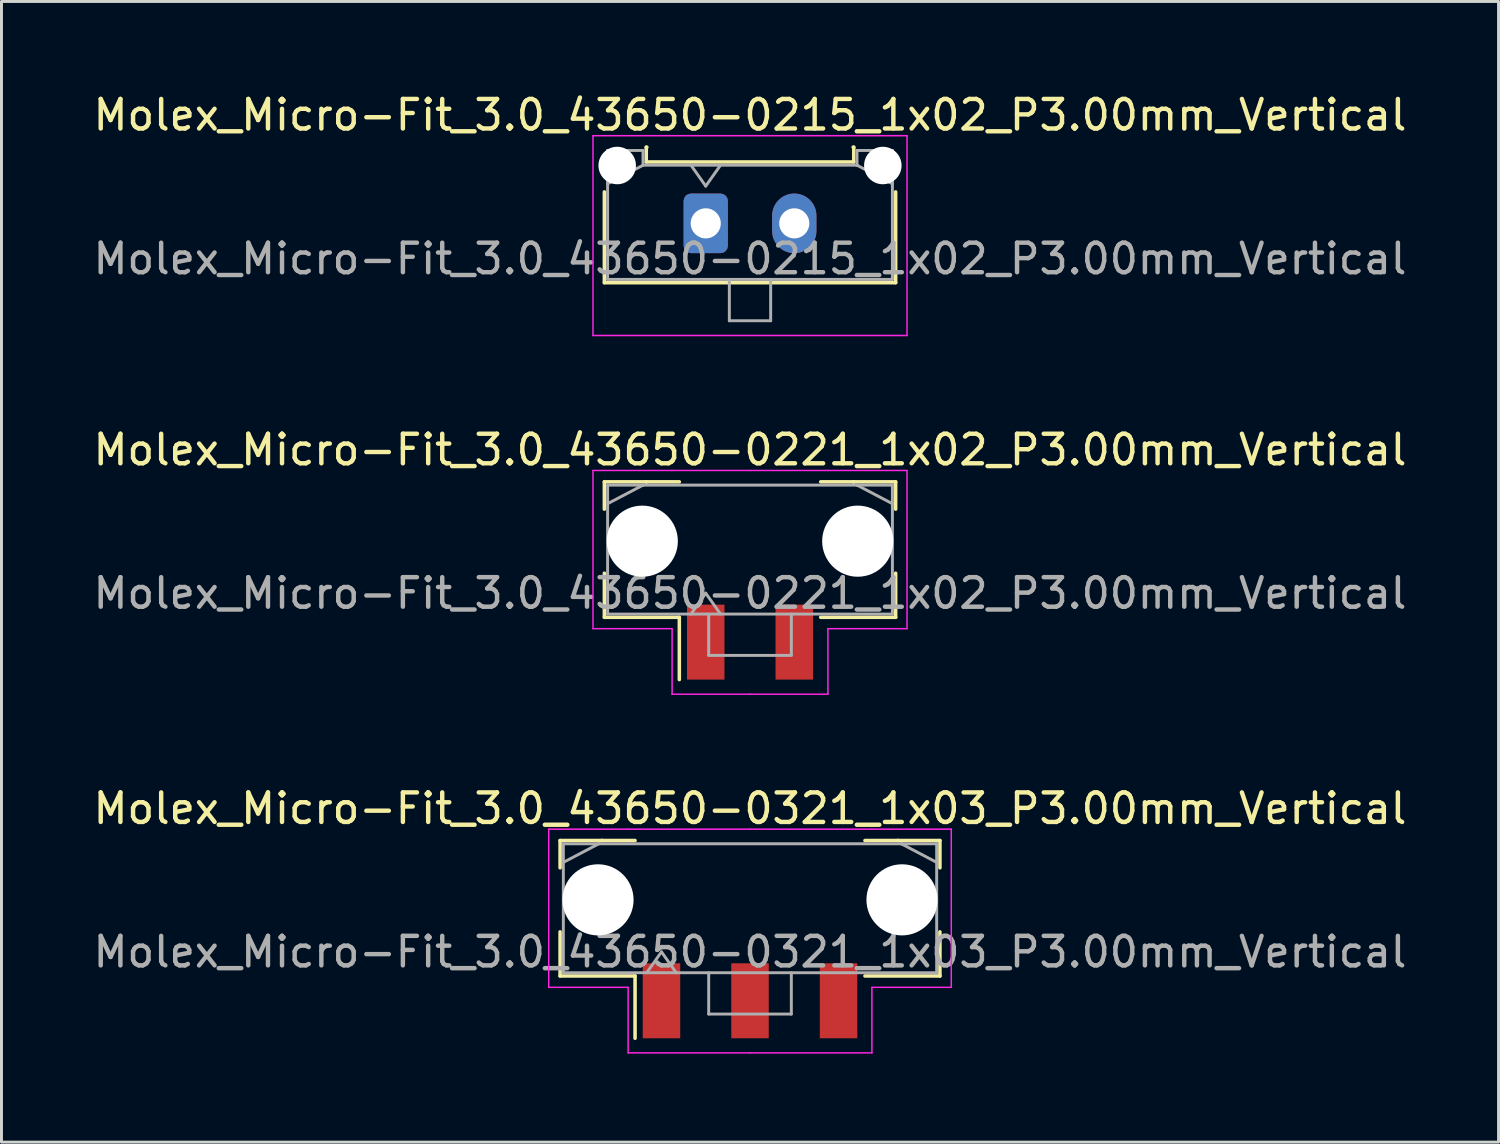
<source format=kicad_pcb>
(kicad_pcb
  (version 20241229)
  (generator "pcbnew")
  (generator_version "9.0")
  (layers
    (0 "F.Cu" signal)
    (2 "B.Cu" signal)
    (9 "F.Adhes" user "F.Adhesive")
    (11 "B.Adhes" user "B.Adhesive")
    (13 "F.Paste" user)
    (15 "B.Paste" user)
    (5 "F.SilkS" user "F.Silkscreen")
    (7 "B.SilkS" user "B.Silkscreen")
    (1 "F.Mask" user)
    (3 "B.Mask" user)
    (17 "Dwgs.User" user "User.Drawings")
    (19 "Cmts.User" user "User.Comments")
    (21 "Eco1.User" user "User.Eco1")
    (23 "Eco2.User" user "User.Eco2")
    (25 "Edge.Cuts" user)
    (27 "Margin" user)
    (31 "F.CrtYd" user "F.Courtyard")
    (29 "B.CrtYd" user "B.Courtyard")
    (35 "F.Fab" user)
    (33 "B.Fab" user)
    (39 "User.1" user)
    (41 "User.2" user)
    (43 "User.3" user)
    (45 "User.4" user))
  (footprint "Molex_Micro-Fit_3.0_43650-0221_1x02_P3.00mm_Vertical"
    (layer "F.Cu")
    (at 22.363 15.572)
    (property "Reference" "Molex_Micro-Fit_3.0_43650-0221_1x02_P3.00mm_Vertical" (at 0 -3.38 0) (layer "F.SilkS") (effects (font (size 1 1) (thickness 0.15))))
    (attr smd)
    (fp_line (start -4.935 -2.295) (end -3.515 -2.295) (stroke (width 0.12) (type solid)) (layer "F.SilkS"))
    (fp_line (start -4.935 -1.37) (end -4.935 -2.295) (stroke (width 0.12) (type solid)) (layer "F.SilkS"))
    (fp_line (start -4.935 0.8) (end -4.935 2.295) (stroke (width 0.12) (type solid)) (layer "F.SilkS"))
    (fp_line (start -4.935 2.295) (end -2.395 2.295) (stroke (width 0.12) (type solid)) (layer "F.SilkS"))
    (fp_line (start -3.515 -2.295) (end -3.515 -2.295) (stroke (width 0.12) (type solid)) (layer "F.SilkS"))
    (fp_line (start -3.515 -2.295) (end -2.395 -2.295) (stroke (width 0.12) (type solid)) (layer "F.SilkS"))
    (fp_line (start -2.395 2.295) (end -2.395 4.405) (stroke (width 0.12) (type solid)) (layer "F.SilkS"))
    (fp_line (start 3.515 -2.295) (end 2.395 -2.295) (stroke (width 0.12) (type solid)) (layer "F.SilkS"))
    (fp_line (start 3.515 -2.295) (end 3.515 -2.295) (stroke (width 0.12) (type solid)) (layer "F.SilkS"))
    (fp_line (start 4.935 -2.295) (end 3.515 -2.295) (stroke (width 0.12) (type solid)) (layer "F.SilkS"))
    (fp_line (start 4.935 -1.37) (end 4.935 -2.295) (stroke (width 0.12) (type solid)) (layer "F.SilkS"))
    (fp_line (start 4.935 0.8) (end 4.935 2.295) (stroke (width 0.12) (type solid)) (layer "F.SilkS"))
    (fp_line (start 4.935 2.295) (end 2.395 2.295) (stroke (width 0.12) (type solid)) (layer "F.SilkS"))
    (fp_line (start -5.32 -2.68) (end -5.32 2.68) (stroke (width 0.05) (type solid)) (layer "F.CrtYd"))
    (fp_line (start -5.32 2.68) (end -2.64 2.68) (stroke (width 0.05) (type solid)) (layer "F.CrtYd"))
    (fp_line (start -2.64 -2.68) (end -5.32 -2.68) (stroke (width 0.05) (type solid)) (layer "F.CrtYd"))
    (fp_line (start -2.64 2.68) (end -2.64 4.9) (stroke (width 0.05) (type solid)) (layer "F.CrtYd"))
    (fp_line (start -2.64 4.9) (end 0 4.9) (stroke (width 0.05) (type solid)) (layer "F.CrtYd"))
    (fp_line (start 0 -2.68) (end -2.64 -2.68) (stroke (width 0.05) (type solid)) (layer "F.CrtYd"))
    (fp_line (start 0 -2.68) (end 2.64 -2.68) (stroke (width 0.05) (type solid)) (layer "F.CrtYd"))
    (fp_line (start 2.64 -2.68) (end 5.32 -2.68) (stroke (width 0.05) (type solid)) (layer "F.CrtYd"))
    (fp_line (start 2.64 2.68) (end 2.64 4.9) (stroke (width 0.05) (type solid)) (layer "F.CrtYd"))
    (fp_line (start 2.64 4.9) (end 0 4.9) (stroke (width 0.05) (type solid)) (layer "F.CrtYd"))
    (fp_line (start 5.32 -2.68) (end 5.32 2.68) (stroke (width 0.05) (type solid)) (layer "F.CrtYd"))
    (fp_line (start 5.32 2.68) (end 2.64 2.68) (stroke (width 0.05) (type solid)) (layer "F.CrtYd"))
    (fp_line (start -4.825 -2.185) (end -4.825 2.185) (stroke (width 0.1) (type solid)) (layer "F.Fab"))
    (fp_line (start -4.825 -1.555) (end -3.625 -2.185) (stroke (width 0.1) (type solid)) (layer "F.Fab"))
    (fp_line (start -4.825 2.185) (end 4.825 2.185) (stroke (width 0.1) (type solid)) (layer "F.Fab"))
    (fp_line (start -3.625 -2.185) (end -4.825 -2.185) (stroke (width 0.1) (type solid)) (layer "F.Fab"))
    (fp_line (start -3.625 -2.185) (end -3.625 -2.185) (stroke (width 0.1) (type solid)) (layer "F.Fab"))
    (fp_line (start -2 2.185) (end -1.5 1.478) (stroke (width 0.1) (type solid)) (layer "F.Fab"))
    (fp_line (start -1.5 1.478) (end -1 2.185) (stroke (width 0.1) (type solid)) (layer "F.Fab"))
    (fp_line (start -1.4 2.185) (end -1.4 3.585) (stroke (width 0.1) (type solid)) (layer "F.Fab"))
    (fp_line (start -1.4 3.585) (end 1.4 3.585) (stroke (width 0.1) (type solid)) (layer "F.Fab"))
    (fp_line (start 1.4 3.585) (end 1.4 2.185) (stroke (width 0.1) (type solid)) (layer "F.Fab"))
    (fp_line (start 3.625 -2.185) (end -3.625 -2.185) (stroke (width 0.1) (type solid)) (layer "F.Fab"))
    (fp_line (start 3.625 -2.185) (end 3.625 -2.185) (stroke (width 0.1) (type solid)) (layer "F.Fab"))
    (fp_line (start 4.825 -2.185) (end 3.625 -2.185) (stroke (width 0.1) (type solid)) (layer "F.Fab"))
    (fp_line (start 4.825 -1.555) (end 3.625 -2.185) (stroke (width 0.1) (type solid)) (layer "F.Fab"))
    (fp_line (start 4.825 2.185) (end 4.825 -2.185) (stroke (width 0.1) (type solid)) (layer "F.Fab"))
    (fp_text user "${REFERENCE}" (at 0 1.48 0) (layer "F.Fab") (effects (font (size 1 1) (thickness 0.15))))
    (pad "" np_thru_hole circle (at -3.65 -0.285) (size 2.41 2.41) (drill 2.41) (layers "*.Cu" "*.Mask"))
    (pad "" np_thru_hole circle (at 3.65 -0.285) (size 2.41 2.41) (drill 2.41) (layers "*.Cu" "*.Mask"))
    (pad "1" smd rect (at -1.5 3.135) (size 1.27 2.54) (layers "F.Cu" "F.Mask" "F.Paste"))
    (pad "2" smd rect (at 1.5 3.135) (size 1.27 2.54) (layers "F.Cu" "F.Mask" "F.Paste")))
  (footprint "Molex_Micro-Fit_3.0_43650-0321_1x03_P3.00mm_Vertical"
    (layer "F.Cu")
    (at 22.363 27.725)
    (property "Reference" "Molex_Micro-Fit_3.0_43650-0321_1x03_P3.00mm_Vertical" (at 0 -3.38 0) (layer "F.SilkS") (effects (font (size 1 1) (thickness 0.15))))
    (attr smd)
    (fp_line (start -6.435 -2.295) (end -5.015 -2.295) (stroke (width 0.12) (type solid)) (layer "F.SilkS"))
    (fp_line (start -6.435 -1.37) (end -6.435 -2.295) (stroke (width 0.12) (type solid)) (layer "F.SilkS"))
    (fp_line (start -6.435 0.8) (end -6.435 2.295) (stroke (width 0.12) (type solid)) (layer "F.SilkS"))
    (fp_line (start -6.435 2.295) (end -3.895 2.295) (stroke (width 0.12) (type solid)) (layer "F.SilkS"))
    (fp_line (start -5.015 -2.295) (end -5.015 -2.295) (stroke (width 0.12) (type solid)) (layer "F.SilkS"))
    (fp_line (start -5.015 -2.295) (end -3.895 -2.295) (stroke (width 0.12) (type solid)) (layer "F.SilkS"))
    (fp_line (start -3.895 2.295) (end -3.895 4.405) (stroke (width 0.12) (type solid)) (layer "F.SilkS"))
    (fp_line (start 5.015 -2.295) (end 3.895 -2.295) (stroke (width 0.12) (type solid)) (layer "F.SilkS"))
    (fp_line (start 5.015 -2.295) (end 5.015 -2.295) (stroke (width 0.12) (type solid)) (layer "F.SilkS"))
    (fp_line (start 6.435 -2.295) (end 5.015 -2.295) (stroke (width 0.12) (type solid)) (layer "F.SilkS"))
    (fp_line (start 6.435 -1.37) (end 6.435 -2.295) (stroke (width 0.12) (type solid)) (layer "F.SilkS"))
    (fp_line (start 6.435 0.8) (end 6.435 2.295) (stroke (width 0.12) (type solid)) (layer "F.SilkS"))
    (fp_line (start 6.435 2.295) (end 3.895 2.295) (stroke (width 0.12) (type solid)) (layer "F.SilkS"))
    (fp_line (start -6.82 -2.68) (end -6.82 2.68) (stroke (width 0.05) (type solid)) (layer "F.CrtYd"))
    (fp_line (start -6.82 2.68) (end -4.13 2.68) (stroke (width 0.05) (type solid)) (layer "F.CrtYd"))
    (fp_line (start -4.13 -2.68) (end -6.82 -2.68) (stroke (width 0.05) (type solid)) (layer "F.CrtYd"))
    (fp_line (start -4.13 2.68) (end -4.13 4.9) (stroke (width 0.05) (type solid)) (layer "F.CrtYd"))
    (fp_line (start -4.13 4.9) (end 0 4.9) (stroke (width 0.05) (type solid)) (layer "F.CrtYd"))
    (fp_line (start 0 -2.68) (end -4.13 -2.68) (stroke (width 0.05) (type solid)) (layer "F.CrtYd"))
    (fp_line (start 0 -2.68) (end 4.13 -2.68) (stroke (width 0.05) (type solid)) (layer "F.CrtYd"))
    (fp_line (start 4.13 -2.68) (end 6.82 -2.68) (stroke (width 0.05) (type solid)) (layer "F.CrtYd"))
    (fp_line (start 4.13 2.68) (end 4.13 4.9) (stroke (width 0.05) (type solid)) (layer "F.CrtYd"))
    (fp_line (start 4.13 4.9) (end 0 4.9) (stroke (width 0.05) (type solid)) (layer "F.CrtYd"))
    (fp_line (start 6.82 -2.68) (end 6.82 2.68) (stroke (width 0.05) (type solid)) (layer "F.CrtYd"))
    (fp_line (start 6.82 2.68) (end 4.13 2.68) (stroke (width 0.05) (type solid)) (layer "F.CrtYd"))
    (fp_line (start -6.325 -2.185) (end -6.325 2.185) (stroke (width 0.1) (type solid)) (layer "F.Fab"))
    (fp_line (start -6.325 -1.555) (end -5.125 -2.185) (stroke (width 0.1) (type solid)) (layer "F.Fab"))
    (fp_line (start -6.325 2.185) (end 6.325 2.185) (stroke (width 0.1) (type solid)) (layer "F.Fab"))
    (fp_line (start -5.125 -2.185) (end -6.325 -2.185) (stroke (width 0.1) (type solid)) (layer "F.Fab"))
    (fp_line (start -5.125 -2.185) (end -5.125 -2.185) (stroke (width 0.1) (type solid)) (layer "F.Fab"))
    (fp_line (start -3.5 2.185) (end -3 1.478) (stroke (width 0.1) (type solid)) (layer "F.Fab"))
    (fp_line (start -3 1.478) (end -2.5 2.185) (stroke (width 0.1) (type solid)) (layer "F.Fab"))
    (fp_line (start -1.4 2.185) (end -1.4 3.585) (stroke (width 0.1) (type solid)) (layer "F.Fab"))
    (fp_line (start -1.4 3.585) (end 1.4 3.585) (stroke (width 0.1) (type solid)) (layer "F.Fab"))
    (fp_line (start 1.4 3.585) (end 1.4 2.185) (stroke (width 0.1) (type solid)) (layer "F.Fab"))
    (fp_line (start 5.125 -2.185) (end -5.125 -2.185) (stroke (width 0.1) (type solid)) (layer "F.Fab"))
    (fp_line (start 5.125 -2.185) (end 5.125 -2.185) (stroke (width 0.1) (type solid)) (layer "F.Fab"))
    (fp_line (start 6.325 -2.185) (end 5.125 -2.185) (stroke (width 0.1) (type solid)) (layer "F.Fab"))
    (fp_line (start 6.325 -1.555) (end 5.125 -2.185) (stroke (width 0.1) (type solid)) (layer "F.Fab"))
    (fp_line (start 6.325 2.185) (end 6.325 -2.185) (stroke (width 0.1) (type solid)) (layer "F.Fab"))
    (fp_text user "${REFERENCE}" (at 0 1.48 0) (layer "F.Fab") (effects (font (size 1 1) (thickness 0.15))))
    (pad "" np_thru_hole circle (at -5.15 -0.285) (size 2.41 2.41) (drill 2.41) (layers "*.Cu" "*.Mask"))
    (pad "" np_thru_hole circle (at 5.15 -0.285) (size 2.41 2.41) (drill 2.41) (layers "*.Cu" "*.Mask"))
    (pad "1" smd rect (at -3 3.135) (size 1.27 2.54) (layers "F.Cu" "F.Mask" "F.Paste"))
    (pad "2" smd rect (at 0 3.135) (size 1.27 2.54) (layers "F.Cu" "F.Mask" "F.Paste"))
    (pad "3" smd rect (at 3 3.135) (size 1.27 2.54) (layers "F.Cu" "F.Mask" "F.Paste")))
  (footprint "Molex_Micro-Fit_3.0_43650-0215_1x02_P3.00mm_Vertical"
    (layer "F.Cu")
    (at 20.863 4.518)
    (property "Reference" "Molex_Micro-Fit_3.0_43650-0215_1x02_P3.00mm_Vertical" (at 1.5 -3.67 0) (layer "F.SilkS") (effects (font (size 1 1) (thickness 0.15))))
    (attr through_hole)
    (fp_line (start -3.435 -1.065) (end -3.435 2.01) (stroke (width 0.12) (type solid)) (layer "F.SilkS"))
    (fp_line (start -3.435 2.01) (end 6.435 2.01) (stroke (width 0.12) (type solid)) (layer "F.SilkS"))
    (fp_line (start -2.015 -2.58) (end -2.015 -2.08) (stroke (width 0.12) (type solid)) (layer "F.SilkS"))
    (fp_line (start -2.015 -2.08) (end 5.015 -2.08) (stroke (width 0.12) (type solid)) (layer "F.SilkS"))
    (fp_line (start -1.995 -2.58) (end -2.015 -2.58) (stroke (width 0.12) (type solid)) (layer "F.SilkS"))
    (fp_line (start 5.015 -2.58) (end 4.995 -2.58) (stroke (width 0.12) (type solid)) (layer "F.SilkS"))
    (fp_line (start 5.015 -2.08) (end 5.015 -2.58) (stroke (width 0.12) (type solid)) (layer "F.SilkS"))
    (fp_line (start 6.435 2.01) (end 6.435 -1.065) (stroke (width 0.12) (type solid)) (layer "F.SilkS"))
    (fp_line (start -3.82 -2.97) (end 6.82 -2.97) (stroke (width 0.05) (type solid)) (layer "F.CrtYd"))
    (fp_line (start -3.82 3.8) (end -3.82 -2.97) (stroke (width 0.05) (type solid)) (layer "F.CrtYd"))
    (fp_line (start 6.82 -2.97) (end 6.82 3.8) (stroke (width 0.05) (type solid)) (layer "F.CrtYd"))
    (fp_line (start 6.82 3.8) (end -3.82 3.8) (stroke (width 0.05) (type solid)) (layer "F.CrtYd"))
    (fp_line (start -3.325 -2.47) (end -3.325 1.9) (stroke (width 0.1) (type solid)) (layer "F.Fab"))
    (fp_line (start -3.325 -1.34) (end -2.125 -1.97) (stroke (width 0.1) (type solid)) (layer "F.Fab"))
    (fp_line (start -3.325 1.9) (end 6.325 1.9) (stroke (width 0.1) (type solid)) (layer "F.Fab"))
    (fp_line (start -2.125 -2.47) (end -3.325 -2.47) (stroke (width 0.1) (type solid)) (layer "F.Fab"))
    (fp_line (start -2.125 -1.97) (end -2.125 -2.47) (stroke (width 0.1) (type solid)) (layer "F.Fab"))
    (fp_line (start -0.5 -1.97) (end 0 -1.263) (stroke (width 0.1) (type solid)) (layer "F.Fab"))
    (fp_line (start 0 -1.263) (end 0.5 -1.97) (stroke (width 0.1) (type solid)) (layer "F.Fab"))
    (fp_line (start 0.8 1.9) (end 0.8 3.3) (stroke (width 0.1) (type solid)) (layer "F.Fab"))
    (fp_line (start 0.8 3.3) (end 2.2 3.3) (stroke (width 0.1) (type solid)) (layer "F.Fab"))
    (fp_line (start 2.2 3.3) (end 2.2 1.9) (stroke (width 0.1) (type solid)) (layer "F.Fab"))
    (fp_line (start 5.125 -2.47) (end 5.125 -1.97) (stroke (width 0.1) (type solid)) (layer "F.Fab"))
    (fp_line (start 5.125 -1.97) (end -2.125 -1.97) (stroke (width 0.1) (type solid)) (layer "F.Fab"))
    (fp_line (start 6.325 -2.47) (end 5.125 -2.47) (stroke (width 0.1) (type solid)) (layer "F.Fab"))
    (fp_line (start 6.325 -1.34) (end 5.125 -1.97) (stroke (width 0.1) (type solid)) (layer "F.Fab"))
    (fp_line (start 6.325 1.9) (end 6.325 -2.47) (stroke (width 0.1) (type solid)) (layer "F.Fab"))
    (fp_text user "${REFERENCE}" (at 1.5 1.2 0) (layer "F.Fab") (effects (font (size 1 1) (thickness 0.15))))
    (pad "" np_thru_hole circle (at -3 -1.96) (size 1.27 1.27) (drill 1.27) (layers "*.Cu" "*.Mask"))
    (pad "" np_thru_hole circle (at 6 -1.96) (size 1.27 1.27) (drill 1.27) (layers "*.Cu" "*.Mask"))
    (pad "1" thru_hole roundrect (at 0 0) (size 1.5 2.02) (drill 1.02) (layers "*.Cu" "*.Mask") (roundrect_rratio 0.167))
    (pad "2" thru_hole oval (at 3 0) (size 1.5 2.02) (drill 1.02) (layers "*.Cu" "*.Mask")))
  (gr_rect
    (start -3 -3)
    (end 47.726 35.65)
    (stroke (width 0.1) (type default))
    (fill no)
    (layer "Edge.Cuts")))
</source>
